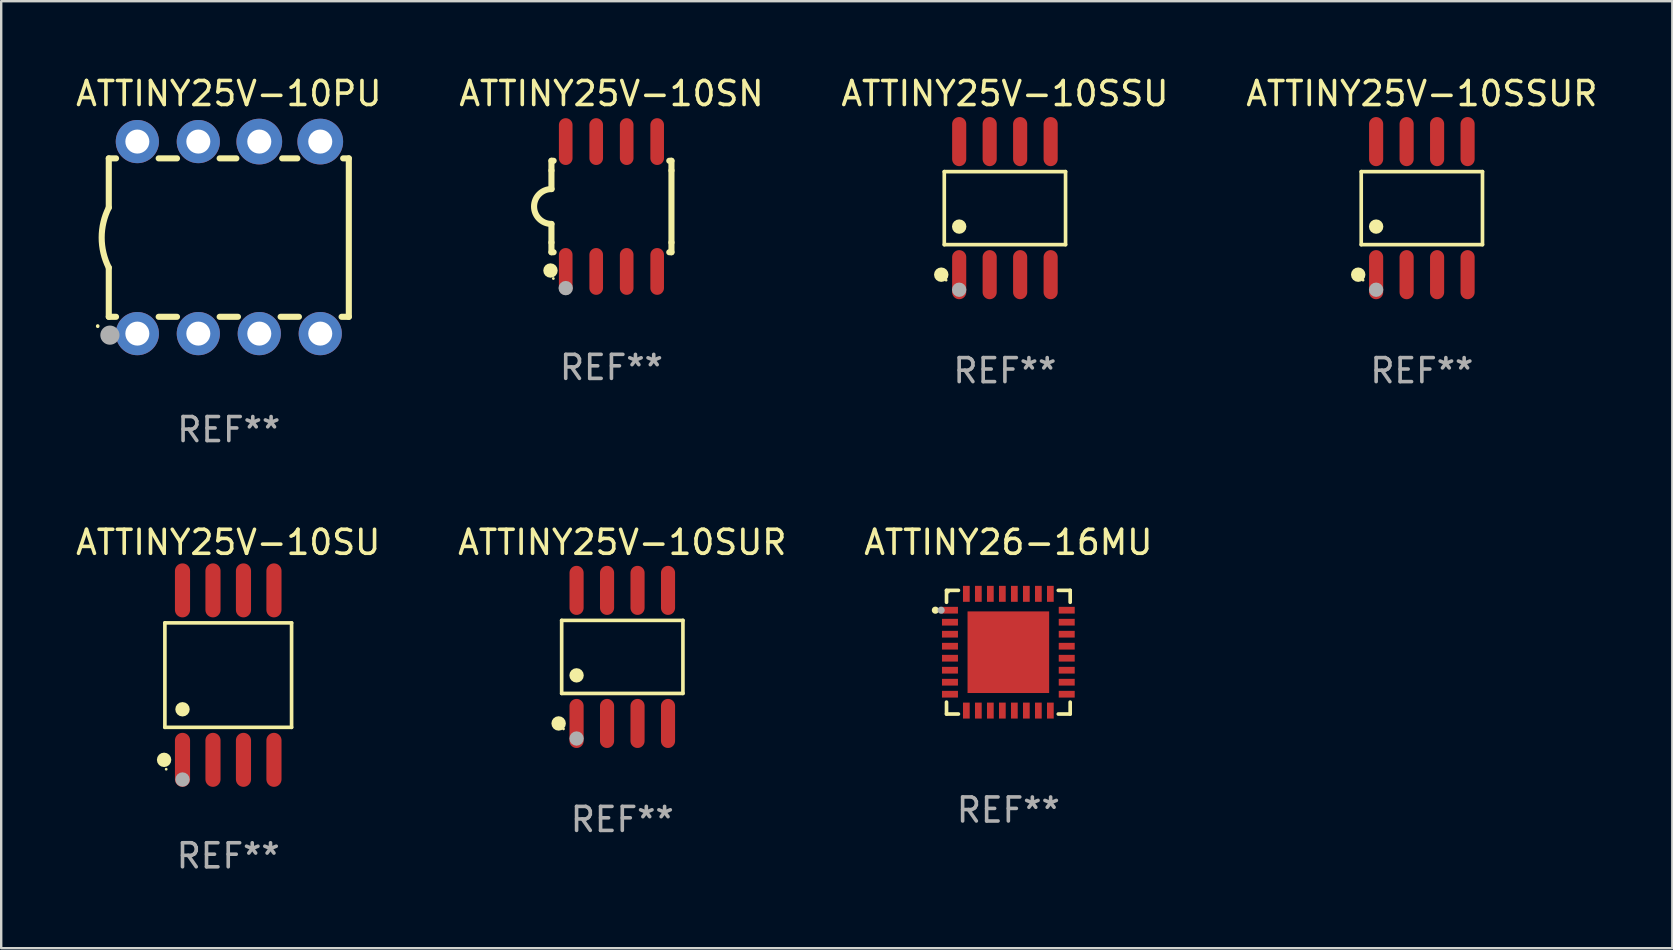
<source format=kicad_pcb>
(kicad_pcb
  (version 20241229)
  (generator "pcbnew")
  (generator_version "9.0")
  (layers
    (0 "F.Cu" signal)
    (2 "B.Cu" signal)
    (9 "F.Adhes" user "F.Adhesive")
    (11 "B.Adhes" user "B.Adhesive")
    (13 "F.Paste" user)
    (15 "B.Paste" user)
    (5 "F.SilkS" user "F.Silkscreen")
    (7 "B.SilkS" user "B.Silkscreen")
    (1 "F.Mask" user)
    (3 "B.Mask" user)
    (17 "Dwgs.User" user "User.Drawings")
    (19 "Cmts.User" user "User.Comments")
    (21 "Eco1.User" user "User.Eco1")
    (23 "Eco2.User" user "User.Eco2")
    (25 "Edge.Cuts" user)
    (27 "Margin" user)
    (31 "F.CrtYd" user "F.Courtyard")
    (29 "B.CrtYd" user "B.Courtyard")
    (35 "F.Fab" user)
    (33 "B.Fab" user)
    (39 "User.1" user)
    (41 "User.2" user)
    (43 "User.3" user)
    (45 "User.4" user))
  (footprint "ATTINY25V-10SSU"
    (layer "F.Cu")
    (at 38.815 5.621)
    (property "Reference" "ATTINY25V-10SSU" (at 0 -4.772 0) (layer "F.SilkS") (effects (font (size 1 1) (thickness 0.15))))
    (attr through_hole)
    (fp_line (start -2.526 -1.521) (end 2.526 -1.521) (stroke (width 0.152) (type solid)) (layer "F.SilkS"))
    (fp_line (start -2.526 1.521) (end -2.526 -1.521) (stroke (width 0.152) (type solid)) (layer "F.SilkS"))
    (fp_line (start 2.526 -1.521) (end 2.526 1.521) (stroke (width 0.152) (type solid)) (layer "F.SilkS"))
    (fp_line (start 2.526 1.521) (end -2.526 1.521) (stroke (width 0.152) (type solid)) (layer "F.SilkS"))
    (fp_circle (center -2.652 2.772) (end -2.501 2.772) (stroke (width 0.3) (type solid)) (fill no) (layer "F.SilkS"))
    (fp_circle (center -2.45 3) (end -2.42 3) (stroke (width 0.06) (type solid)) (fill no) (layer "F.SilkS"))
    (fp_circle (center -1.905 0.769) (end -1.755 0.769) (stroke (width 0.3) (type solid)) (fill no) (layer "F.SilkS"))
    (fp_circle (center -1.905 3.4) (end -1.755 3.4) (stroke (width 0.3) (type solid)) (fill no) (layer "F.Fab"))
    (fp_text user "REF**" (at 0 6.772 0) (layer "F.Fab") (effects (font (size 1 1) (thickness 0.15))))
    (pad "1" smd oval (at -1.905 2.772) (size 0.588 2.045) (layers "F.Cu" "F.Mask" "F.Paste"))
    (pad "2" smd oval (at -0.635 2.772) (size 0.588 2.045) (layers "F.Cu" "F.Mask" "F.Paste"))
    (pad "3" smd oval (at 0.635 2.772) (size 0.588 2.045) (layers "F.Cu" "F.Mask" "F.Paste"))
    (pad "4" smd oval (at 1.905 2.772) (size 0.588 2.045) (layers "F.Cu" "F.Mask" "F.Paste"))
    (pad "5" smd oval (at 1.905 -2.772) (size 0.588 2.045) (layers "F.Cu" "F.Mask" "F.Paste"))
    (pad "6" smd oval (at 0.635 -2.772) (size 0.588 2.045) (layers "F.Cu" "F.Mask" "F.Paste"))
    (pad "7" smd oval (at -0.635 -2.772) (size 0.588 2.045) (layers "F.Cu" "F.Mask" "F.Paste"))
    (pad "8" smd oval (at -1.905 -2.772) (size 0.588 2.045) (layers "F.Cu" "F.Mask" "F.Paste")))
  (footprint "ATTINY25V-10PU"
    (layer "F.Cu")
    (at 6.482 6.848)
    (property "Reference" "ATTINY25V-10PU" (at 0 -6 0) (layer "F.SilkS") (effects (font (size 1 1) (thickness 0.15))))
    (attr through_hole)
    (fp_line (start -5 -3.3) (end -5 -1.25) (stroke (width 0.254) (type solid)) (layer "F.SilkS"))
    (fp_line (start -5 -3.3) (end -4.698 -3.3) (stroke (width 0.254) (type solid)) (layer "F.SilkS"))
    (fp_line (start -5 3.3) (end -5 1.25) (stroke (width 0.254) (type solid)) (layer "F.SilkS"))
    (fp_line (start -5 3.3) (end -4.698 3.3) (stroke (width 0.254) (type solid)) (layer "F.SilkS"))
    (fp_line (start -2.922 -3.3) (end -2.158 -3.3) (stroke (width 0.254) (type solid)) (layer "F.SilkS"))
    (fp_line (start -2.922 3.3) (end -2.158 3.3) (stroke (width 0.254) (type solid)) (layer "F.SilkS"))
    (fp_line (start -0.382 -3.3) (end 0.316 -3.3) (stroke (width 0.254) (type solid)) (layer "F.SilkS"))
    (fp_line (start -0.382 3.3) (end 0.382 3.3) (stroke (width 0.254) (type solid)) (layer "F.SilkS"))
    (fp_line (start 2.158 3.3) (end 2.922 3.3) (stroke (width 0.254) (type solid)) (layer "F.SilkS"))
    (fp_line (start 2.224 -3.3) (end 2.856 -3.3) (stroke (width 0.254) (type solid)) (layer "F.SilkS"))
    (fp_line (start 4.698 3.3) (end 5 3.3) (stroke (width 0.254) (type solid)) (layer "F.SilkS"))
    (fp_line (start 4.764 -3.3) (end 5 -3.3) (stroke (width 0.254) (type solid)) (layer "F.SilkS"))
    (fp_line (start 5 -3.3) (end 5 3.3) (stroke (width 0.254) (type solid)) (layer "F.SilkS"))
    (fp_arc (start -5.46124 3.694259) (mid -5.461175 3.688632) (end -5.460986 3.683007) (stroke (width 0.149987) (type solid)) (layer "F.SilkS"))
    (fp_arc (start -5.00127 1.249682) (mid -5.295892 -0.000313) (end -5.000025 -1.250013) (stroke (width 0.254001) (type solid)) (layer "F.SilkS"))
    (fp_circle (center -4.795 4.237) (end -4.765 4.237) (stroke (width 0.06) (type solid)) (fill no) (layer "F.SilkS"))
    (fp_circle (center -4.953 4.064) (end -4.753 4.064) (stroke (width 0.4) (type solid)) (fill no) (layer "F.Fab"))
    (fp_text user "REF**" (at 0 8 0) (layer "F.Fab") (effects (font (size 1 1) (thickness 0.15))))
    (pad "1" thru_hole circle (at -3.81 4) (size 1.8 1.8) (drill 1) (layers "*.Cu" "*.Mask"))
    (pad "2" thru_hole circle (at -1.27 4) (size 1.8 1.8) (drill 1) (layers "*.Cu" "*.Mask"))
    (pad "3" thru_hole circle (at 1.27 4) (size 1.8 1.8) (drill 1) (layers "*.Cu" "*.Mask"))
    (pad "4" thru_hole circle (at 3.81 4) (size 1.8 1.8) (drill 1) (layers "*.Cu" "*.Mask"))
    (pad "5" thru_hole circle (at 3.81 -4) (size 1.905 1.905) (drill 1) (layers "*.Cu" "*.Mask"))
    (pad "6" thru_hole circle (at 1.27 -4) (size 1.905 1.905) (drill 1) (layers "*.Cu" "*.Mask"))
    (pad "7" thru_hole circle (at -1.27 -4) (size 1.8 1.8) (drill 1) (layers "*.Cu" "*.Mask"))
    (pad "8" thru_hole circle (at -3.81 -4) (size 1.8 1.8) (drill 1) (layers "*.Cu" "*.Mask")))
  (footprint "ATTINY25V-10SN"
    (layer "F.Cu")
    (at 22.423 5.553)
    (property "Reference" "ATTINY25V-10SN" (at 0 -4.705 0) (layer "F.SilkS") (effects (font (size 1 1) (thickness 0.15))))
    (attr through_hole)
    (fp_line (start -2.5 -1.905) (end -2.409 -1.905) (stroke (width 0.254) (type solid)) (layer "F.SilkS"))
    (fp_line (start -2.5 -1.5) (end -2.5 -1.905) (stroke (width 0.254) (type solid)) (layer "F.SilkS"))
    (fp_line (start -2.5 -1.5) (end -2.5 -0.726) (stroke (width 0.254) (type solid)) (layer "F.SilkS"))
    (fp_line (start -2.5 1.5) (end -2.5 0.727) (stroke (width 0.254) (type solid)) (layer "F.SilkS"))
    (fp_line (start -2.5 1.5) (end -2.5 1.905) (stroke (width 0.254) (type solid)) (layer "F.SilkS"))
    (fp_line (start -2.5 1.905) (end -2.409 1.905) (stroke (width 0.254) (type solid)) (layer "F.SilkS"))
    (fp_line (start 2.5 -1.905) (end 2.409 -1.905) (stroke (width 0.254) (type solid)) (layer "F.SilkS"))
    (fp_line (start 2.5 -1.5) (end 2.5 -1.905) (stroke (width 0.254) (type solid)) (layer "F.SilkS"))
    (fp_line (start 2.5 -1.5) (end 2.5 1.5) (stroke (width 0.254) (type solid)) (layer "F.SilkS"))
    (fp_line (start 2.5 1.5) (end 2.5 1.905) (stroke (width 0.254) (type solid)) (layer "F.SilkS"))
    (fp_line (start 2.5 1.905) (end 2.409 1.905) (stroke (width 0.254) (type solid)) (layer "F.SilkS"))
    (fp_arc (start -2.5 0.726568) (mid -3.220316 -0.0023) (end -2.495097 -0.726289) (stroke (width 0.254001) (type solid)) (layer "F.SilkS"))
    (fp_circle (center -2.54 2.667) (end -2.39 2.667) (stroke (width 0.3) (type solid)) (fill no) (layer "F.SilkS"))
    (fp_circle (center -2.42 3) (end -2.39 3) (stroke (width 0.06) (type solid)) (fill no) (layer "F.SilkS"))
    (fp_circle (center -1.905 3.4) (end -1.755 3.4) (stroke (width 0.3) (type solid)) (fill no) (layer "F.Fab"))
    (fp_text user "REF**" (at 0 6.705 0) (layer "F.Fab") (effects (font (size 1 1) (thickness 0.15))))
    (pad "1" smd oval (at -1.905 2.705) (size 0.568 1.95) (layers "F.Cu" "F.Mask" "F.Paste"))
    (pad "2" smd oval (at -0.635 2.705) (size 0.568 1.95) (layers "F.Cu" "F.Mask" "F.Paste"))
    (pad "3" smd oval (at 0.635 2.705) (size 0.568 1.95) (layers "F.Cu" "F.Mask" "F.Paste"))
    (pad "4" smd oval (at 1.905 2.705) (size 0.568 1.95) (layers "F.Cu" "F.Mask" "F.Paste"))
    (pad "5" smd oval (at 1.905 -2.705) (size 0.568 1.95) (layers "F.Cu" "F.Mask" "F.Paste"))
    (pad "6" smd oval (at 0.635 -2.705) (size 0.568 1.95) (layers "F.Cu" "F.Mask" "F.Paste"))
    (pad "7" smd oval (at -0.635 -2.705) (size 0.568 1.95) (layers "F.Cu" "F.Mask" "F.Paste"))
    (pad "8" smd oval (at -1.905 -2.705) (size 0.568 1.95) (layers "F.Cu" "F.Mask" "F.Paste")))
  (footprint "ATTINY25V-10SSUR"
    (layer "F.Cu")
    (at 56.185 5.621)
    (property "Reference" "ATTINY25V-10SSUR" (at 0 -4.772 0) (layer "F.SilkS") (effects (font (size 1 1) (thickness 0.15))))
    (attr through_hole)
    (fp_line (start -2.526 -1.521) (end 2.526 -1.521) (stroke (width 0.152) (type solid)) (layer "F.SilkS"))
    (fp_line (start -2.526 1.521) (end -2.526 -1.521) (stroke (width 0.152) (type solid)) (layer "F.SilkS"))
    (fp_line (start 2.526 -1.521) (end 2.526 1.521) (stroke (width 0.152) (type solid)) (layer "F.SilkS"))
    (fp_line (start 2.526 1.521) (end -2.526 1.521) (stroke (width 0.152) (type solid)) (layer "F.SilkS"))
    (fp_circle (center -2.652 2.772) (end -2.501 2.772) (stroke (width 0.3) (type solid)) (fill no) (layer "F.SilkS"))
    (fp_circle (center -2.45 3) (end -2.42 3) (stroke (width 0.06) (type solid)) (fill no) (layer "F.SilkS"))
    (fp_circle (center -1.905 0.769) (end -1.755 0.769) (stroke (width 0.3) (type solid)) (fill no) (layer "F.SilkS"))
    (fp_circle (center -1.905 3.4) (end -1.755 3.4) (stroke (width 0.3) (type solid)) (fill no) (layer "F.Fab"))
    (fp_text user "REF**" (at 0 6.772 0) (layer "F.Fab") (effects (font (size 1 1) (thickness 0.15))))
    (pad "1" smd oval (at -1.905 2.772) (size 0.588 2.045) (layers "F.Cu" "F.Mask" "F.Paste"))
    (pad "2" smd oval (at -0.635 2.772) (size 0.588 2.045) (layers "F.Cu" "F.Mask" "F.Paste"))
    (pad "3" smd oval (at 0.635 2.772) (size 0.588 2.045) (layers "F.Cu" "F.Mask" "F.Paste"))
    (pad "4" smd oval (at 1.905 2.772) (size 0.588 2.045) (layers "F.Cu" "F.Mask" "F.Paste"))
    (pad "5" smd oval (at 1.905 -2.772) (size 0.588 2.045) (layers "F.Cu" "F.Mask" "F.Paste"))
    (pad "6" smd oval (at 0.635 -2.772) (size 0.588 2.045) (layers "F.Cu" "F.Mask" "F.Paste"))
    (pad "7" smd oval (at -0.635 -2.772) (size 0.588 2.045) (layers "F.Cu" "F.Mask" "F.Paste"))
    (pad "8" smd oval (at -1.905 -2.772) (size 0.588 2.045) (layers "F.Cu" "F.Mask" "F.Paste")))
  (footprint "ATTINY25V-10SUR"
    (layer "F.Cu")
    (at 22.875 24.317)
    (property "Reference" "ATTINY25V-10SUR" (at 0 -4.772 0) (layer "F.SilkS") (effects (font (size 1 1) (thickness 0.15))))
    (attr through_hole)
    (fp_line (start -2.526 -1.521) (end 2.526 -1.521) (stroke (width 0.152) (type solid)) (layer "F.SilkS"))
    (fp_line (start -2.526 1.521) (end -2.526 -1.521) (stroke (width 0.152) (type solid)) (layer "F.SilkS"))
    (fp_line (start 2.526 -1.521) (end 2.526 1.521) (stroke (width 0.152) (type solid)) (layer "F.SilkS"))
    (fp_line (start 2.526 1.521) (end -2.526 1.521) (stroke (width 0.152) (type solid)) (layer "F.SilkS"))
    (fp_circle (center -2.652 2.772) (end -2.501 2.772) (stroke (width 0.3) (type solid)) (fill no) (layer "F.SilkS"))
    (fp_circle (center -2.45 3) (end -2.42 3) (stroke (width 0.06) (type solid)) (fill no) (layer "F.SilkS"))
    (fp_circle (center -1.905 0.769) (end -1.755 0.769) (stroke (width 0.3) (type solid)) (fill no) (layer "F.SilkS"))
    (fp_circle (center -1.905 3.4) (end -1.755 3.4) (stroke (width 0.3) (type solid)) (fill no) (layer "F.Fab"))
    (fp_text user "REF**" (at 0 6.772 0) (layer "F.Fab") (effects (font (size 1 1) (thickness 0.15))))
    (pad "1" smd oval (at -1.905 2.772) (size 0.588 2.045) (layers "F.Cu" "F.Mask" "F.Paste"))
    (pad "2" smd oval (at -0.635 2.772) (size 0.588 2.045) (layers "F.Cu" "F.Mask" "F.Paste"))
    (pad "3" smd oval (at 0.635 2.772) (size 0.588 2.045) (layers "F.Cu" "F.Mask" "F.Paste"))
    (pad "4" smd oval (at 1.905 2.772) (size 0.588 2.045) (layers "F.Cu" "F.Mask" "F.Paste"))
    (pad "5" smd oval (at 1.905 -2.772) (size 0.588 2.045) (layers "F.Cu" "F.Mask" "F.Paste"))
    (pad "6" smd oval (at 0.635 -2.772) (size 0.588 2.045) (layers "F.Cu" "F.Mask" "F.Paste"))
    (pad "7" smd oval (at -0.635 -2.772) (size 0.588 2.045) (layers "F.Cu" "F.Mask" "F.Paste"))
    (pad "8" smd oval (at -1.905 -2.772) (size 0.588 2.045) (layers "F.Cu" "F.Mask" "F.Paste")))
  (footprint "ATTINY25V-10SU"
    (layer "F.Cu")
    (at 6.458 25.075)
    (property "Reference" "ATTINY25V-10SU" (at 0 -5.53 0) (layer "F.SilkS") (effects (font (size 1 1) (thickness 0.15))))
    (attr through_hole)
    (fp_line (start -2.639 -2.176) (end 2.639 -2.176) (stroke (width 0.152) (type solid)) (layer "F.SilkS"))
    (fp_line (start -2.639 2.176) (end -2.639 -2.176) (stroke (width 0.152) (type solid)) (layer "F.SilkS"))
    (fp_line (start 2.639 -2.176) (end 2.639 2.176) (stroke (width 0.152) (type solid)) (layer "F.SilkS"))
    (fp_line (start 2.639 2.176) (end -2.639 2.176) (stroke (width 0.152) (type solid)) (layer "F.SilkS"))
    (fp_circle (center -2.672 3.53) (end -2.522 3.53) (stroke (width 0.3) (type solid)) (fill no) (layer "F.SilkS"))
    (fp_circle (center -2.585 3.92) (end -2.555 3.92) (stroke (width 0.06) (type solid)) (fill no) (layer "F.SilkS"))
    (fp_circle (center -1.905 1.424) (end -1.755 1.424) (stroke (width 0.3) (type solid)) (fill no) (layer "F.SilkS"))
    (fp_circle (center -1.905 4.35) (end -1.755 4.35) (stroke (width 0.3) (type solid)) (fill no) (layer "F.Fab"))
    (fp_text user "REF**" (at 0 7.53 0) (layer "F.Fab") (effects (font (size 1 1) (thickness 0.15))))
    (pad "1" smd oval (at -1.905 3.53) (size 0.63 2.25) (layers "F.Cu" "F.Mask" "F.Paste"))
    (pad "2" smd oval (at -0.635 3.53) (size 0.63 2.25) (layers "F.Cu" "F.Mask" "F.Paste"))
    (pad "3" smd oval (at 0.635 3.53) (size 0.63 2.25) (layers "F.Cu" "F.Mask" "F.Paste"))
    (pad "4" smd oval (at 1.905 3.53) (size 0.63 2.25) (layers "F.Cu" "F.Mask" "F.Paste"))
    (pad "5" smd oval (at 1.905 -3.53) (size 0.63 2.25) (layers "F.Cu" "F.Mask" "F.Paste"))
    (pad "6" smd oval (at 0.635 -3.53) (size 0.63 2.25) (layers "F.Cu" "F.Mask" "F.Paste"))
    (pad "7" smd oval (at -0.635 -3.53) (size 0.63 2.25) (layers "F.Cu" "F.Mask" "F.Paste"))
    (pad "8" smd oval (at -1.905 -3.53) (size 0.63 2.25) (layers "F.Cu" "F.Mask" "F.Paste")))
  (footprint "ATTINY26-16MU"
    (layer "F.Cu")
    (at 38.958 24.121)
    (property "Reference" "ATTINY26-16MU" (at 0 -4.576 0) (layer "F.SilkS") (effects (font (size 1 1) (thickness 0.15))))
    (attr through_hole)
    (fp_line (start -2.576 -2.576) (end -2.576 -2.08) (stroke (width 0.152) (type solid)) (layer "F.SilkS"))
    (fp_line (start -2.576 2.576) (end -2.576 2.08) (stroke (width 0.152) (type solid)) (layer "F.SilkS"))
    (fp_line (start -2.08 -2.576) (end -2.576 -2.576) (stroke (width 0.152) (type solid)) (layer "F.SilkS"))
    (fp_line (start -2.08 2.576) (end -2.576 2.576) (stroke (width 0.152) (type solid)) (layer "F.SilkS"))
    (fp_line (start 2.08 -2.576) (end 2.576 -2.576) (stroke (width 0.152) (type solid)) (layer "F.SilkS"))
    (fp_line (start 2.08 2.576) (end 2.576 2.576) (stroke (width 0.152) (type solid)) (layer "F.SilkS"))
    (fp_line (start 2.576 -2.576) (end 2.576 -2.08) (stroke (width 0.152) (type solid)) (layer "F.SilkS"))
    (fp_line (start 2.576 2.576) (end 2.576 2.08) (stroke (width 0.152) (type solid)) (layer "F.SilkS"))
    (fp_circle (center -3.04 -1.75) (end -2.965 -1.75) (stroke (width 0.15) (type solid)) (fill no) (layer "F.SilkS"))
    (fp_circle (center -2.5 -2.5) (end -2.47 -2.5) (stroke (width 0.06) (type solid)) (fill no) (layer "F.SilkS"))
    (fp_circle (center -2.8 -1.75) (end -2.725 -1.75) (stroke (width 0.15) (type solid)) (fill no) (layer "F.Fab"))
    (fp_text user "REF**" (at 0 6.576 0) (layer "F.Fab") (effects (font (size 1 1) (thickness 0.15))))
    (pad "1" smd rect (at -2.432 -1.75) (size 0.665 0.28) (layers "F.Cu" "F.Mask" "F.Paste"))
    (pad "2" smd rect (at -2.432 -1.25) (size 0.665 0.28) (layers "F.Cu" "F.Mask" "F.Paste"))
    (pad "3" smd rect (at -2.432 -0.75) (size 0.665 0.28) (layers "F.Cu" "F.Mask" "F.Paste"))
    (pad "4" smd rect (at -2.432 -0.25) (size 0.665 0.28) (layers "F.Cu" "F.Mask" "F.Paste"))
    (pad "5" smd rect (at -2.432 0.25) (size 0.665 0.28) (layers "F.Cu" "F.Mask" "F.Paste"))
    (pad "6" smd rect (at -2.432 0.75) (size 0.665 0.28) (layers "F.Cu" "F.Mask" "F.Paste"))
    (pad "7" smd rect (at -2.432 1.25) (size 0.665 0.28) (layers "F.Cu" "F.Mask" "F.Paste"))
    (pad "8" smd rect (at -2.432 1.75) (size 0.665 0.28) (layers "F.Cu" "F.Mask" "F.Paste"))
    (pad "9" smd rect (at -1.75 2.432) (size 0.28 0.665) (layers "F.Cu" "F.Mask" "F.Paste"))
    (pad "10" smd rect (at -1.25 2.432) (size 0.28 0.665) (layers "F.Cu" "F.Mask" "F.Paste"))
    (pad "11" smd rect (at -0.75 2.432) (size 0.28 0.665) (layers "F.Cu" "F.Mask" "F.Paste"))
    (pad "12" smd rect (at -0.25 2.432) (size 0.28 0.665) (layers "F.Cu" "F.Mask" "F.Paste"))
    (pad "13" smd rect (at 0.25 2.432) (size 0.28 0.665) (layers "F.Cu" "F.Mask" "F.Paste"))
    (pad "14" smd rect (at 0.75 2.432) (size 0.28 0.665) (layers "F.Cu" "F.Mask" "F.Paste"))
    (pad "15" smd rect (at 1.25 2.432) (size 0.28 0.665) (layers "F.Cu" "F.Mask" "F.Paste"))
    (pad "16" smd rect (at 1.75 2.432) (size 0.28 0.665) (layers "F.Cu" "F.Mask" "F.Paste"))
    (pad "17" smd rect (at 2.432 1.75) (size 0.665 0.28) (layers "F.Cu" "F.Mask" "F.Paste"))
    (pad "18" smd rect (at 2.432 1.25) (size 0.665 0.28) (layers "F.Cu" "F.Mask" "F.Paste"))
    (pad "19" smd rect (at 2.432 0.75) (size 0.665 0.28) (layers "F.Cu" "F.Mask" "F.Paste"))
    (pad "20" smd rect (at 2.432 0.25) (size 0.665 0.28) (layers "F.Cu" "F.Mask" "F.Paste"))
    (pad "21" smd rect (at 2.432 -0.25) (size 0.665 0.28) (layers "F.Cu" "F.Mask" "F.Paste"))
    (pad "22" smd rect (at 2.432 -0.75) (size 0.665 0.28) (layers "F.Cu" "F.Mask" "F.Paste"))
    (pad "23" smd rect (at 2.432 -1.25) (size 0.665 0.28) (layers "F.Cu" "F.Mask" "F.Paste"))
    (pad "24" smd rect (at 2.432 -1.75) (size 0.665 0.28) (layers "F.Cu" "F.Mask" "F.Paste"))
    (pad "25" smd rect (at 1.75 -2.432) (size 0.28 0.665) (layers "F.Cu" "F.Mask" "F.Paste"))
    (pad "26" smd rect (at 1.25 -2.432) (size 0.28 0.665) (layers "F.Cu" "F.Mask" "F.Paste"))
    (pad "27" smd rect (at 0.75 -2.432) (size 0.28 0.665) (layers "F.Cu" "F.Mask" "F.Paste"))
    (pad "28" smd rect (at 0.25 -2.432) (size 0.28 0.665) (layers "F.Cu" "F.Mask" "F.Paste"))
    (pad "29" smd rect (at -0.25 -2.432) (size 0.28 0.665) (layers "F.Cu" "F.Mask" "F.Paste"))
    (pad "30" smd rect (at -0.75 -2.432) (size 0.28 0.665) (layers "F.Cu" "F.Mask" "F.Paste"))
    (pad "31" smd rect (at -1.25 -2.432) (size 0.28 0.665) (layers "F.Cu" "F.Mask" "F.Paste"))
    (pad "32" smd rect (at -1.75 -2.432) (size 0.28 0.665) (layers "F.Cu" "F.Mask" "F.Paste"))
    (pad "33" smd rect (at 0 0) (size 3.4 3.4) (layers "F.Cu" "F.Mask" "F.Paste")))
  (gr_rect
    (start -3 -3)
    (end 66.619 36.453)
    (stroke (width 0.1) (type default))
    (fill no)
    (layer "Edge.Cuts")))
</source>
